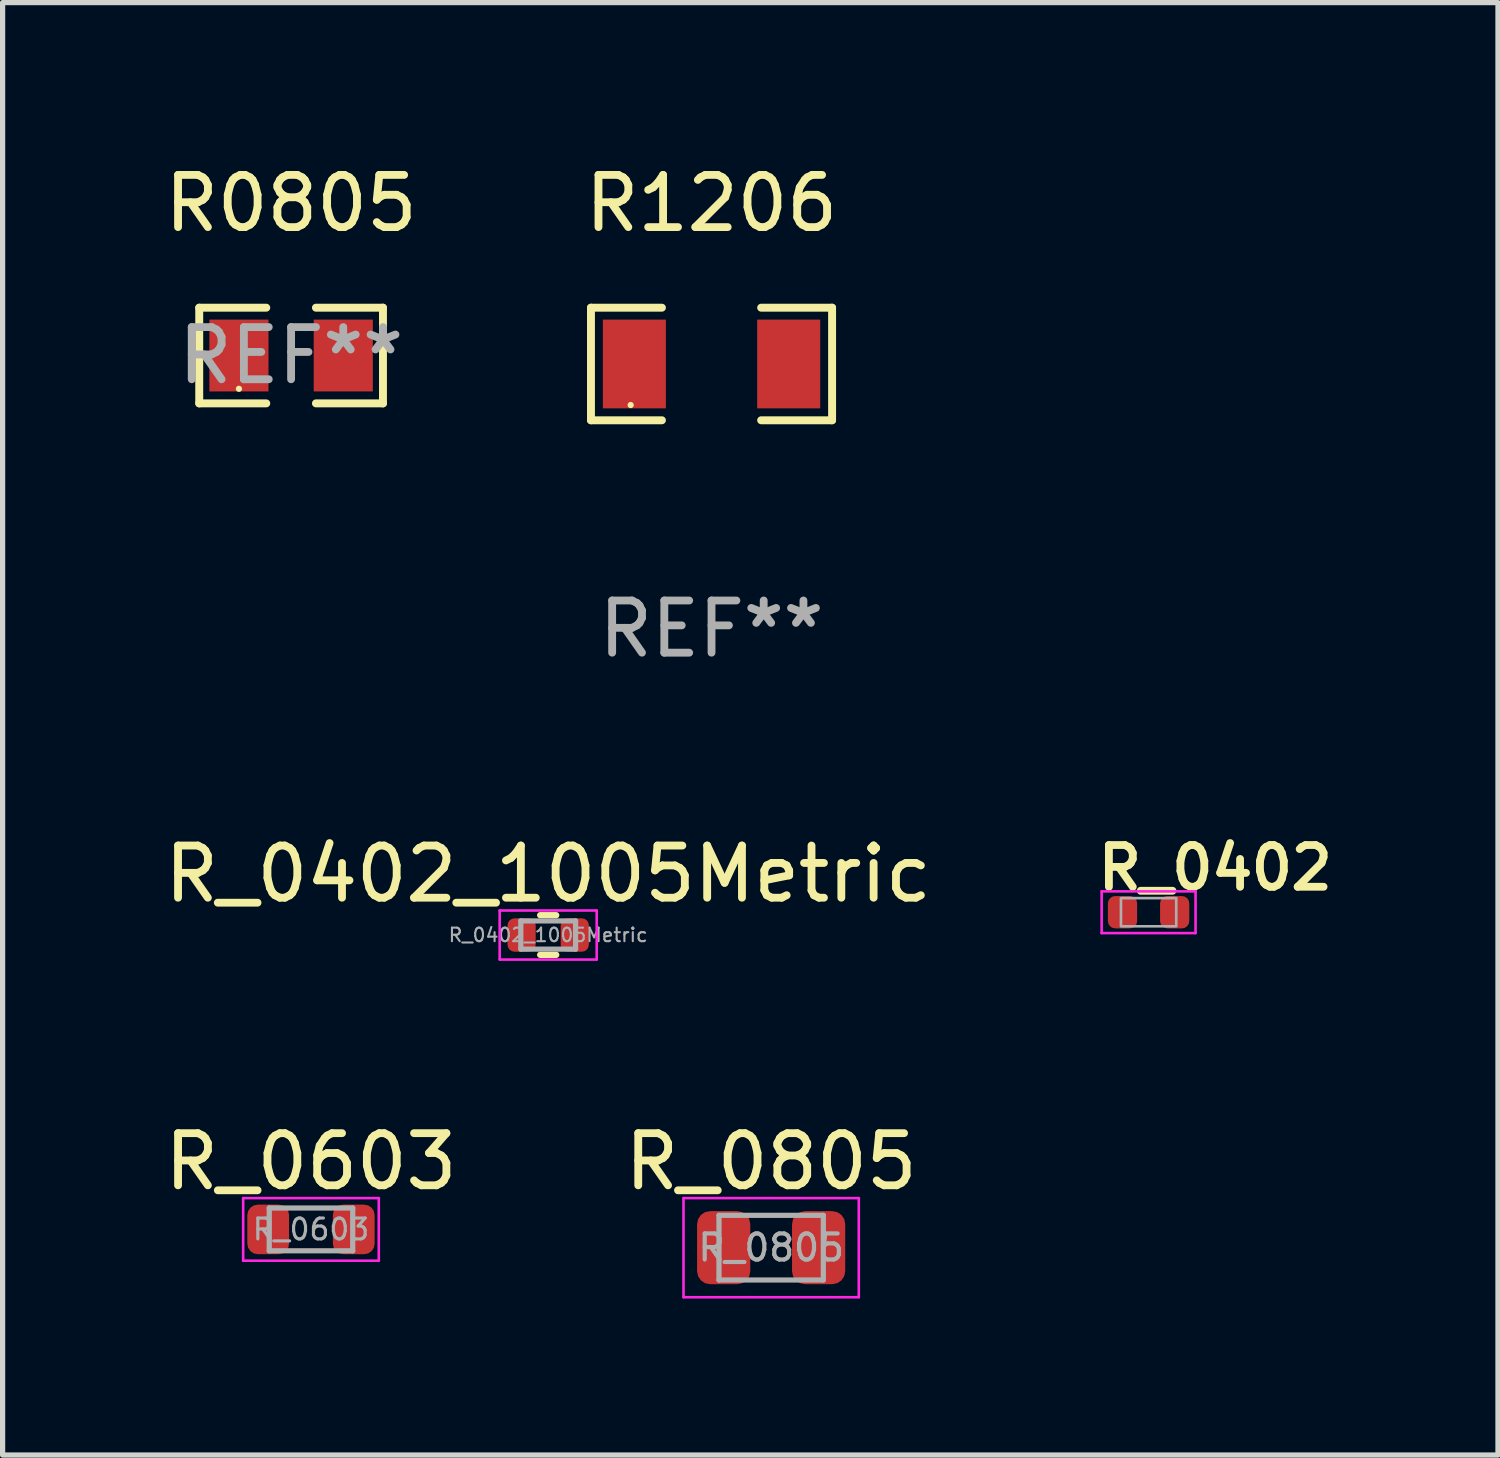
<source format=kicad_pcb>
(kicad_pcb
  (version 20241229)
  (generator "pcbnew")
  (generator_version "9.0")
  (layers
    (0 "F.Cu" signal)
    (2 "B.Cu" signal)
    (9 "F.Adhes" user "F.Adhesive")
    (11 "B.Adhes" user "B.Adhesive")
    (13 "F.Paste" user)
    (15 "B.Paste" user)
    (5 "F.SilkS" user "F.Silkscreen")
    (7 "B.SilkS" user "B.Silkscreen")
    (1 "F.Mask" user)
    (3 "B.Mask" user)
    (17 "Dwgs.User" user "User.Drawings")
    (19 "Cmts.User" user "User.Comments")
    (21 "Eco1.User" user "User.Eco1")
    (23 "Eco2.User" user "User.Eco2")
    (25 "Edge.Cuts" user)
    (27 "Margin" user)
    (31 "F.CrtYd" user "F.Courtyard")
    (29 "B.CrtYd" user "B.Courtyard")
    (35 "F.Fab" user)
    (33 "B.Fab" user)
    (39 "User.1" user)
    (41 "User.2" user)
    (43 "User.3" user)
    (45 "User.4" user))
  (footprint "R0805"
    (layer "F.Cu")
    (at 2.53 3.765)
    (property "Reference" "R0805" (at 0 -2.917 0) (layer "F.SilkS") (effects (font (size 1 1) (thickness 0.15))))
    (attr smd)
    (fp_line (start -1.761 -0.917) (end -0.476 -0.917) (stroke (width 0.152) (type solid)) (layer "F.SilkS"))
    (fp_line (start -1.761 0.917) (end -1.761 -0.917) (stroke (width 0.152) (type solid)) (layer "F.SilkS"))
    (fp_line (start -0.476 0.917) (end -1.761 0.917) (stroke (width 0.152) (type solid)) (layer "F.SilkS"))
    (fp_line (start 0.476 0.917) (end 1.761 0.917) (stroke (width 0.152) (type solid)) (layer "F.SilkS"))
    (fp_line (start 1.761 -0.917) (end 0.476 -0.917) (stroke (width 0.152) (type solid)) (layer "F.SilkS"))
    (fp_line (start 1.761 0.917) (end 1.761 -0.917) (stroke (width 0.152) (type solid)) (layer "F.SilkS"))
    (fp_circle (center -1 0.638) (end -0.97 0.638) (stroke (width 0.06) (type solid)) (fill no) (layer "F.SilkS"))
    (fp_text user "REF**" (at 0 0 0) (layer "F.Fab") (effects (font (size 1 1) (thickness 0.15))))
    (pad "1" smd rect (at -1 0) (size 1.133 1.377) (layers "F.Cu" "F.Mask" "F.Paste"))
    (pad "2" smd rect (at 1 0) (size 1.133 1.377) (layers "F.Cu" "F.Mask" "F.Paste")))
  (footprint "R_0402_1005Metric"
    (layer "F.Cu")
    (at 7.458 14.873)
    (property "Reference" "R_0402_1005Metric" (at 0 -1.17 0) (layer "F.SilkS") (effects (font (size 1 1) (thickness 0.15))))
    (attr smd)
    (fp_line (start -0.154 -0.38) (end 0.154 -0.38) (stroke (width 0.12) (type solid)) (layer "F.SilkS"))
    (fp_line (start -0.154 0.38) (end 0.154 0.38) (stroke (width 0.12) (type solid)) (layer "F.SilkS"))
    (fp_line (start -0.93 -0.47) (end 0.93 -0.47) (stroke (width 0.05) (type solid)) (layer "F.CrtYd"))
    (fp_line (start -0.93 0.47) (end -0.93 -0.47) (stroke (width 0.05) (type solid)) (layer "F.CrtYd"))
    (fp_line (start 0.93 -0.47) (end 0.93 0.47) (stroke (width 0.05) (type solid)) (layer "F.CrtYd"))
    (fp_line (start 0.93 0.47) (end -0.93 0.47) (stroke (width 0.05) (type solid)) (layer "F.CrtYd"))
    (fp_line (start -0.525 -0.27) (end 0.525 -0.27) (stroke (width 0.1) (type solid)) (layer "F.Fab"))
    (fp_line (start -0.525 0.27) (end -0.525 -0.27) (stroke (width 0.1) (type solid)) (layer "F.Fab"))
    (fp_line (start 0.525 -0.27) (end 0.525 0.27) (stroke (width 0.1) (type solid)) (layer "F.Fab"))
    (fp_line (start 0.525 0.27) (end -0.525 0.27) (stroke (width 0.1) (type solid)) (layer "F.Fab"))
    (fp_text user "${REFERENCE}" (at 0 0 0) (layer "F.Fab") (effects (font (size 0.26 0.26) (thickness 0.04))))
    (pad "1" smd roundrect (at -0.51 0) (size 0.54 0.64) (layers "F.Cu" "F.Mask" "F.Paste") (roundrect_rratio 0.25))
    (pad "2" smd roundrect (at 0.51 0) (size 0.54 0.64) (layers "F.Cu" "F.Mask" "F.Paste") (roundrect_rratio 0.25)))
  (footprint "R_0402"
    (layer "F.Cu")
    (at 18.967 14.436)
    (property "Reference" "R_0402" (at -1.05 -0.85 0) (layer "F.SilkS") (effects (font (size 0.8 0.8) (thickness 0.15)) (justify left)))
    (fp_line (start -0.9 -0.4) (end -0.9 0.4) (stroke (width 0.05) (type default)) (layer "F.CrtYd"))
    (fp_line (start -0.9 -0.4) (end 0.9 -0.4) (stroke (width 0.05) (type default)) (layer "F.CrtYd"))
    (fp_line (start 0.9 -0.4) (end 0.9 0.4) (stroke (width 0.05) (type default)) (layer "F.CrtYd"))
    (fp_line (start 0.9 0.4) (end -0.9 0.4) (stroke (width 0.05) (type default)) (layer "F.CrtYd"))
    (fp_poly (pts (xy -0.53 -0.27) (xy 0.53 -0.27) (xy 0.53 0.27) (xy -0.53 0.27)) (stroke (width 0.05) (type solid)) (fill no) (layer "F.Fab"))
    (pad "1" smd roundrect (at -0.5 0) (size 0.56 0.62) (layers "F.Cu" "F.Mask" "F.Paste") (roundrect_rratio 0.25))
    (pad "2" smd roundrect (at 0.5 0) (size 0.56 0.62) (layers "F.Cu" "F.Mask" "F.Paste") (roundrect_rratio 0.25)))
  (footprint "R_0805"
    (layer "F.Cu")
    (at 11.732 20.866)
    (property "Reference" "R_0805" (at 0 -1.65 180) (layer "F.SilkS") (effects (font (size 1 1) (thickness 0.15))))
    (attr smd)
    (fp_line (start -1.68 -0.95) (end 1.68 -0.95) (stroke (width 0.05) (type solid)) (layer "F.CrtYd"))
    (fp_line (start -1.68 0.95) (end -1.68 -0.95) (stroke (width 0.05) (type solid)) (layer "F.CrtYd"))
    (fp_line (start 1.68 -0.95) (end 1.68 0.95) (stroke (width 0.05) (type solid)) (layer "F.CrtYd"))
    (fp_line (start 1.68 0.95) (end -1.68 0.95) (stroke (width 0.05) (type solid)) (layer "F.CrtYd"))
    (fp_line (start -1 -0.62) (end 1 -0.62) (stroke (width 0.1) (type solid)) (layer "F.Fab"))
    (fp_line (start -1 0.62) (end -1 -0.62) (stroke (width 0.1) (type solid)) (layer "F.Fab"))
    (fp_line (start 1 -0.62) (end 1 0.62) (stroke (width 0.1) (type solid)) (layer "F.Fab"))
    (fp_line (start 1 0.62) (end -1 0.62) (stroke (width 0.1) (type solid)) (layer "F.Fab"))
    (fp_text user "${REFERENCE}" (at 0 0 180) (layer "F.Fab") (effects (font (size 0.5 0.5) (thickness 0.08))))
    (pad "1" smd roundrect (at -0.91 0) (size 1.02 1.4) (layers "F.Cu" "F.Mask" "F.Paste") (roundrect_rratio 0.244))
    (pad "2" smd roundrect (at 0.91 0) (size 1.02 1.4) (layers "F.Cu" "F.Mask" "F.Paste") (roundrect_rratio 0.244)))
  (footprint "R_0603"
    (layer "F.Cu")
    (at 2.911 20.516)
    (property "Reference" "R_0603" (at 0 -1.3 180) (layer "F.SilkS") (effects (font (size 1 1) (thickness 0.15))))
    (attr smd)
    (fp_line (start -1.3 -0.6) (end 1.3 -0.6) (stroke (width 0.05) (type solid)) (layer "F.CrtYd"))
    (fp_line (start -1.3 0.6) (end -1.3 -0.6) (stroke (width 0.05) (type solid)) (layer "F.CrtYd"))
    (fp_line (start 1.3 -0.6) (end 1.3 0.6) (stroke (width 0.05) (type solid)) (layer "F.CrtYd"))
    (fp_line (start 1.3 0.6) (end -1.3 0.6) (stroke (width 0.05) (type solid)) (layer "F.CrtYd"))
    (fp_line (start -0.8 -0.41) (end 0.8 -0.41) (stroke (width 0.1) (type solid)) (layer "F.Fab"))
    (fp_line (start -0.8 0.41) (end -0.8 -0.41) (stroke (width 0.1) (type solid)) (layer "F.Fab"))
    (fp_line (start 0.8 -0.41) (end 0.8 0.41) (stroke (width 0.1) (type solid)) (layer "F.Fab"))
    (fp_line (start 0.8 0.41) (end -0.8 0.41) (stroke (width 0.1) (type solid)) (layer "F.Fab"))
    (fp_text user "${REFERENCE}" (at 0 0 180) (layer "F.Fab") (effects (font (size 0.4 0.4) (thickness 0.06))))
    (pad "1" smd roundrect (at -0.82 0) (size 0.8 0.95) (layers "F.Cu" "F.Mask" "F.Paste") (roundrect_rratio 0.25))
    (pad "2" smd roundrect (at 0.82 0) (size 0.8 0.95) (layers "F.Cu" "F.Mask" "F.Paste") (roundrect_rratio 0.25)))
  (footprint "R1206"
    (layer "F.Cu")
    (at 10.589 3.927)
    (property "Reference" "R1206" (at 0 -3.079 0) (layer "F.SilkS") (effects (font (size 1 1) (thickness 0.15))))
    (attr smd)
    (fp_line (start -2.311 -1.079) (end -0.951 -1.079) (stroke (width 0.152) (type solid)) (layer "F.SilkS"))
    (fp_line (start -2.311 1.079) (end -2.311 -1.079) (stroke (width 0.152) (type solid)) (layer "F.SilkS"))
    (fp_line (start -0.951 1.079) (end -2.311 1.079) (stroke (width 0.152) (type solid)) (layer "F.SilkS"))
    (fp_line (start 0.951 1.079) (end 2.311 1.079) (stroke (width 0.152) (type solid)) (layer "F.SilkS"))
    (fp_line (start 2.311 -1.079) (end 0.951 -1.079) (stroke (width 0.152) (type solid)) (layer "F.SilkS"))
    (fp_line (start 2.311 1.079) (end 2.311 -1.079) (stroke (width 0.152) (type solid)) (layer "F.SilkS"))
    (fp_circle (center -1.55 0.787) (end -1.52 0.787) (stroke (width 0.06) (type solid)) (fill no) (layer "F.SilkS"))
    (fp_text user "REF**" (at 0 5.079 0) (layer "F.Fab") (effects (font (size 1 1) (thickness 0.15))))
    (pad "1" smd rect (at -1.479 0) (size 1.208 1.701) (layers "F.Cu" "F.Mask" "F.Paste"))
    (pad "2" smd rect (at 1.479 0) (size 1.208 1.701) (layers "F.Cu" "F.Mask" "F.Paste")))
  (gr_rect
    (start -3 -3)
    (end 25.664 24.841)
    (stroke (width 0.1) (type default))
    (fill no)
    (layer "Edge.Cuts")))
</source>
